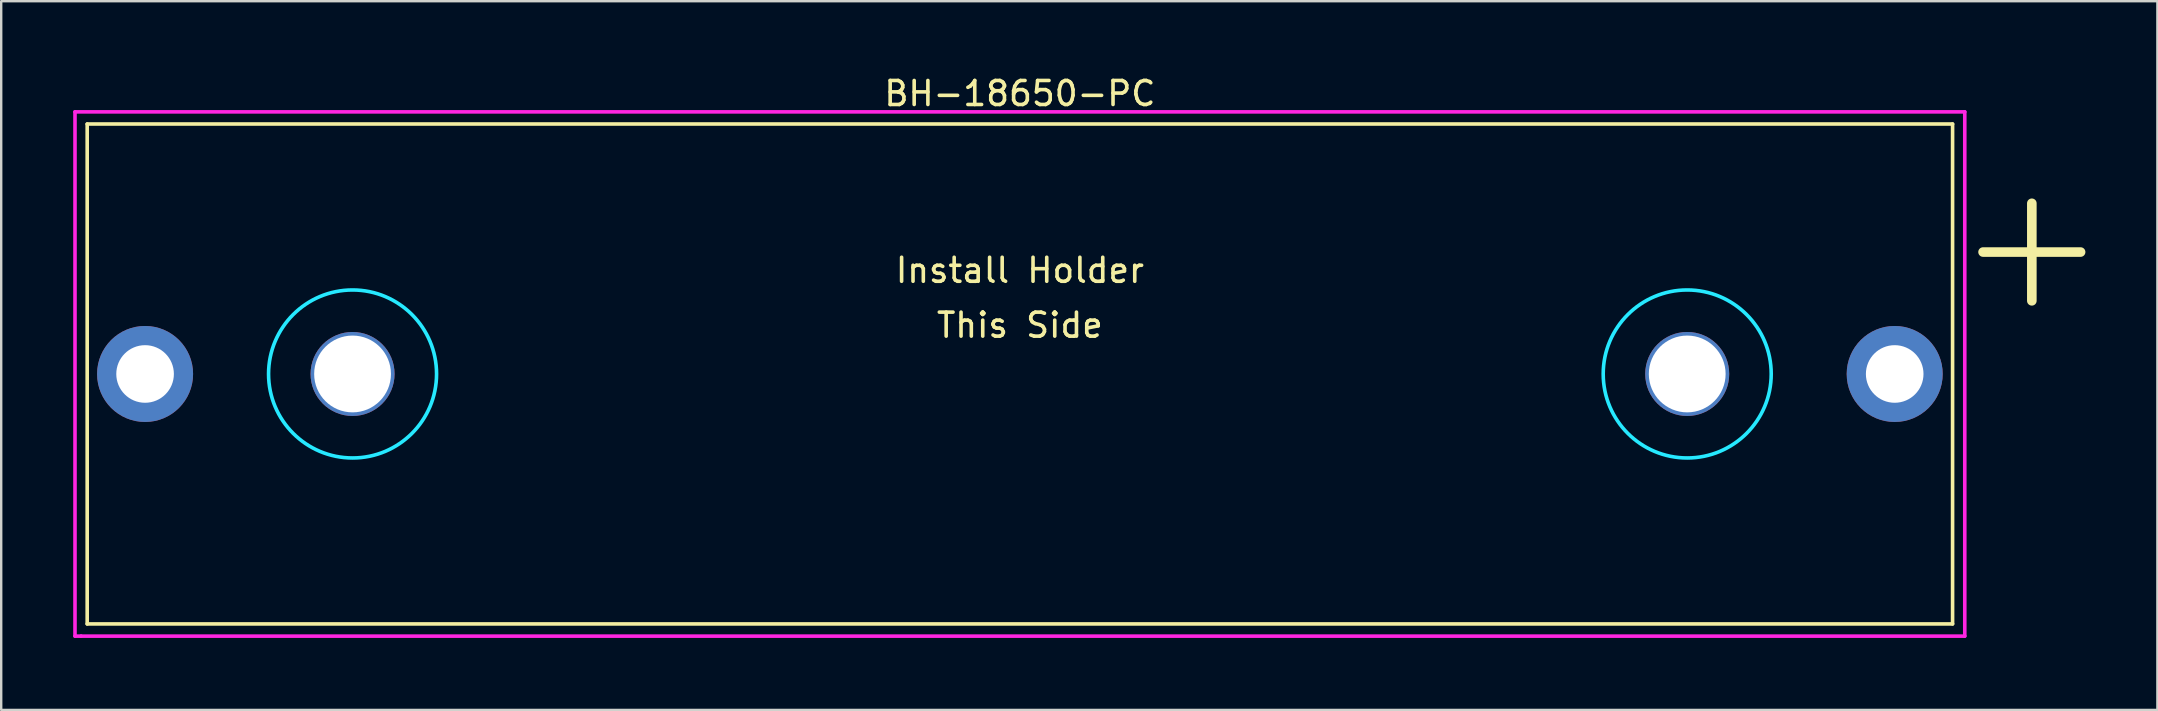
<source format=kicad_pcb>
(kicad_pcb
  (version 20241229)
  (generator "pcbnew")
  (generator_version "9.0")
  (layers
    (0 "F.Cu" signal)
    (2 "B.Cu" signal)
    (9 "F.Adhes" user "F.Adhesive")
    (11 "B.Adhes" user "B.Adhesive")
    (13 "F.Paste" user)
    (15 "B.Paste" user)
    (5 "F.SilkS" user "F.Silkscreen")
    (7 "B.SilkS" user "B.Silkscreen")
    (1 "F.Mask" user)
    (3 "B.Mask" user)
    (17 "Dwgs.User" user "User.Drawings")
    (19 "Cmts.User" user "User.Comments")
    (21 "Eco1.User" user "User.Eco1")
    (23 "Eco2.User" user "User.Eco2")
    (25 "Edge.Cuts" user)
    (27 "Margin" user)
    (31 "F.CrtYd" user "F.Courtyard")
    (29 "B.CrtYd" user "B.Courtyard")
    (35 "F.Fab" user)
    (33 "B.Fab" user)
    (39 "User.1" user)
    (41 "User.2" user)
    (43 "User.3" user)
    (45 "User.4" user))
  (footprint "BH-18650-PC"
    (layer "F.Cu")
    (at 39.445 12.532)
    (property "Reference" "BH-18650-PC" (at 0 -11.684 180) (layer "F.SilkS") (effects (font (size 1 1) (thickness 0.15))))
    (attr through_hole)
    (fp_line (start -38.862 -10.414) (end 38.862 -10.414) (stroke (width 0.15) (type solid)) (layer "F.SilkS"))
    (fp_line (start -38.862 10.414) (end -38.862 -10.414) (stroke (width 0.15) (type solid)) (layer "F.SilkS"))
    (fp_line (start 38.862 -10.414) (end 38.862 10.414) (stroke (width 0.15) (type solid)) (layer "F.SilkS"))
    (fp_line (start 38.862 10.414) (end -38.862 10.414) (stroke (width 0.15) (type solid)) (layer "F.SilkS"))
    (fp_line (start 40.132 -5.08) (end 44.196 -5.08) (stroke (width 0.4) (type solid)) (layer "F.SilkS"))
    (fp_line (start 42.164 -3.048) (end 42.164 -7.112) (stroke (width 0.4) (type solid)) (layer "F.SilkS"))
    (fp_circle (center -27.805 0) (end -24.305 0) (stroke (width 0.15) (type solid)) (fill no) (layer "B.CrtYd"))
    (fp_circle (center 27.805 0) (end 24.305 0) (stroke (width 0.15) (type solid)) (fill no) (layer "B.CrtYd"))
    (fp_line (start -39.37 -10.922) (end 39.37 -10.922) (stroke (width 0.15) (type solid)) (layer "F.CrtYd"))
    (fp_line (start -39.37 10.922) (end -39.37 -10.922) (stroke (width 0.15) (type solid)) (layer "F.CrtYd"))
    (fp_line (start -39.116 10.922) (end -39.37 10.922) (stroke (width 0.15) (type solid)) (layer "F.CrtYd"))
    (fp_line (start 39.37 -10.922) (end 39.37 10.922) (stroke (width 0.15) (type solid)) (layer "F.CrtYd"))
    (fp_line (start 39.37 10.922) (end -39.116 10.922) (stroke (width 0.15) (type solid)) (layer "F.CrtYd"))
    (fp_text user "Install Holder" (at 0 -4.318 0) (layer "F.SilkS") (effects (font (size 1 1) (thickness 0.15))))
    (fp_text user "This Side" (at 0 -2.032 0) (layer "F.SilkS") (effects (font (size 1 1) (thickness 0.15))))
    (pad "" np_thru_hole circle (at -27.805 0) (size 3.5 3.5) (drill 3.2) (layers "*.Cu" "*.Mask"))
    (pad "" np_thru_hole circle (at 27.805 0) (size 3.5 3.5) (drill 3.2) (layers "*.Cu" "*.Mask"))
    (pad "1" thru_hole circle (at 36.45 0) (size 4 4) (drill 2.4) (layers "*.Cu" "*.Mask"))
    (pad "2" thru_hole circle (at -36.45 0) (size 4 4) (drill 2.4) (layers "*.Cu" "*.Mask")))
  (gr_rect
    (start -3 -3)
    (end 86.841 26.529)
    (stroke (width 0.1) (type default))
    (fill no)
    (layer "Edge.Cuts")))
</source>
